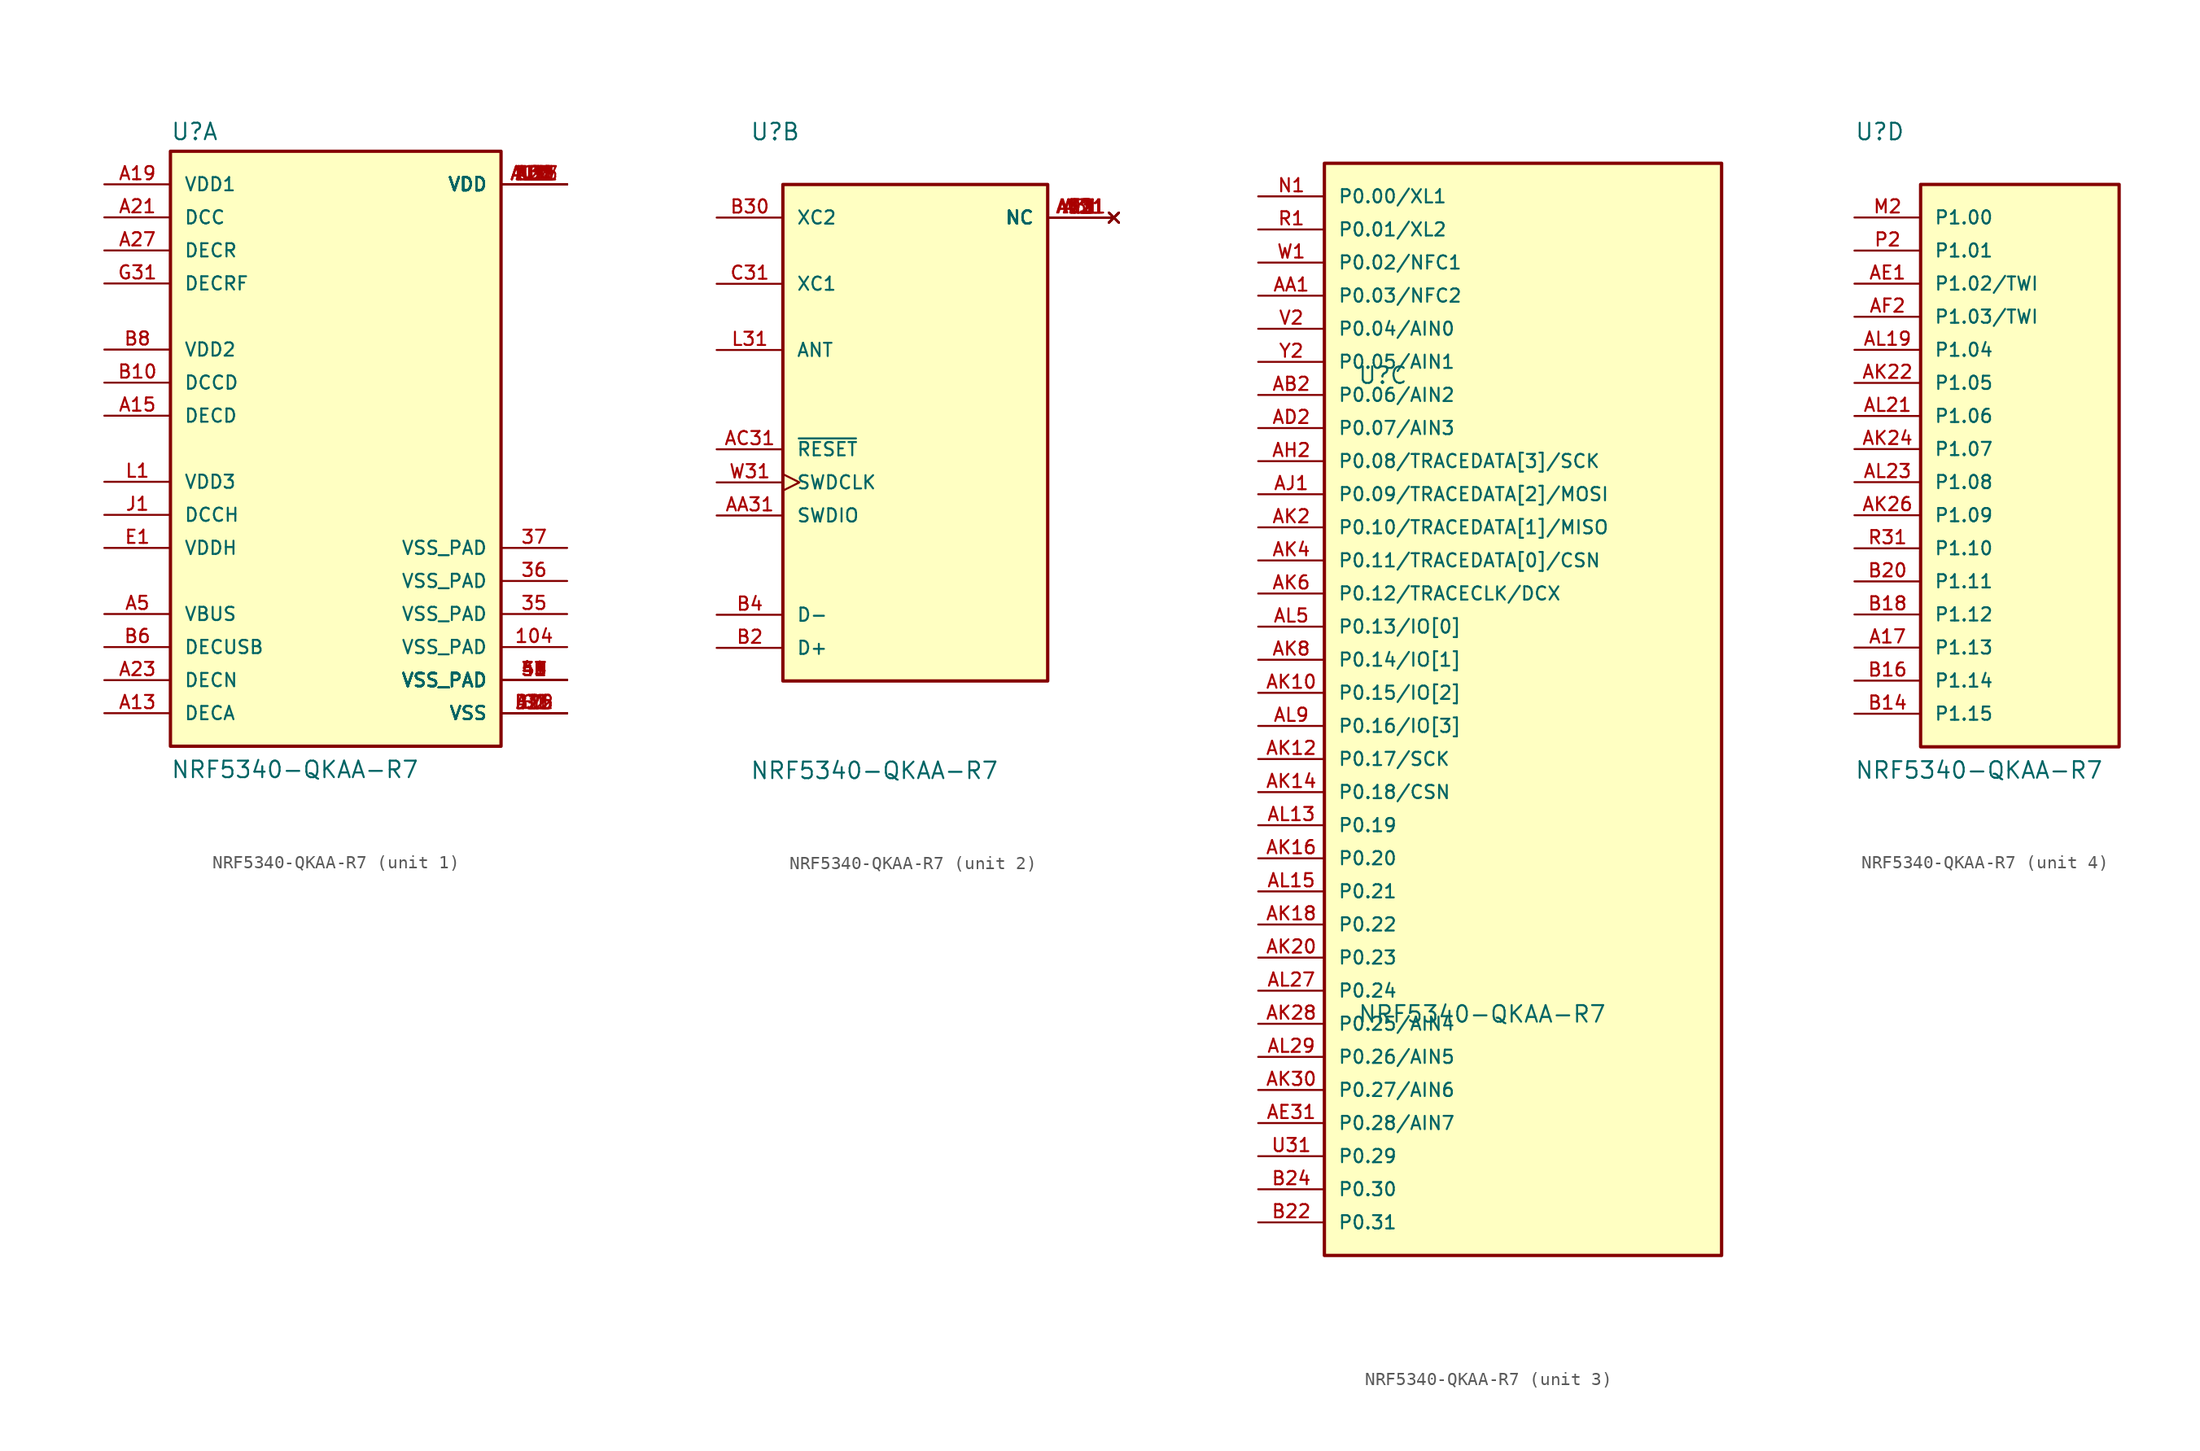
<source format=kicad_sym>
(kicad_symbol_lib
  (version 20231120)
  (generator "kicad_symbol_editor")
  (generator_version "8.0")
  (symbol "NRF5340-QKAA-R7"
    (pin_names
      (offset 1.016))
    (property "Reference" "U"
      (at -12.7 23.622 0)
      (effects (font (size 1.27 1.27)) (justify left bottom)))
    (property "Value" "NRF5340-QKAA-R7"
      (at -12.7 -25.4 0)
      (effects (font (size 1.27 1.27)) (justify left bottom)))
    (symbol "NRF5340-QKAA-R7_1_0"
      (rectangle (start -12.7 -22.86) (end 12.7 22.86) (stroke (width 0.254) (type default)) (fill (type background)))
      (pin power_in line (at 17.78 -15.24 180) (length 5.08) (name "VSS_PAD" (effects (font (size 1.016 1.016)))) (number "104" (effects (font (size 1.016 1.016)))))
      (pin power_in line (at 17.78 -12.7 180) (length 5.08) (name "VSS_PAD" (effects (font (size 1.016 1.016)))) (number "35" (effects (font (size 1.016 1.016)))))
      (pin power_in line (at 17.78 -10.16 180) (length 5.08) (name "VSS_PAD" (effects (font (size 1.016 1.016)))) (number "36" (effects (font (size 1.016 1.016)))))
      (pin power_in line (at 17.78 -7.62 180) (length 5.08) (name "VSS_PAD" (effects (font (size 1.016 1.016)))) (number "37" (effects (font (size 1.016 1.016)))))
      (pin power_in line (at 17.78 -17.78 180) (length 5.08) (name "VSS_PAD" (effects (font (size 1.016 1.016)))) (number "38" (effects (font (size 1.016 1.016)))))
      (pin power_in line (at 17.78 -17.78 180) (length 5.08) (name "VSS_PAD" (effects (font (size 1.016 1.016)))) (number "39" (effects (font (size 1.016 1.016)))))
      (pin power_in line (at 17.78 -17.78 180) (length 5.08) (name "VSS_PAD" (effects (font (size 1.016 1.016)))) (number "40" (effects (font (size 1.016 1.016)))))
      (pin power_in line (at 17.78 -17.78 180) (length 5.08) (name "VSS_PAD" (effects (font (size 1.016 1.016)))) (number "41" (effects (font (size 1.016 1.016)))))
      (pin power_in line (at 17.78 -17.78 180) (length 5.08) (name "VSS_PAD" (effects (font (size 1.016 1.016)))) (number "43" (effects (font (size 1.016 1.016)))))
      (pin power_in line (at 17.78 -17.78 180) (length 5.08) (name "VSS_PAD" (effects (font (size 1.016 1.016)))) (number "44" (effects (font (size 1.016 1.016)))))
      (pin power_in line (at 17.78 -17.78 180) (length 5.08) (name "VSS_PAD" (effects (font (size 1.016 1.016)))) (number "45" (effects (font (size 1.016 1.016)))))
      (pin power_in line (at 17.78 -17.78 180) (length 5.08) (name "VSS_PAD" (effects (font (size 1.016 1.016)))) (number "46" (effects (font (size 1.016 1.016)))))
      (pin power_in line (at 17.78 -17.78 180) (length 5.08) (name "VSS_PAD" (effects (font (size 1.016 1.016)))) (number "47" (effects (font (size 1.016 1.016)))))
      (pin power_in line (at 17.78 -17.78 180) (length 5.08) (name "VSS_PAD" (effects (font (size 1.016 1.016)))) (number "48" (effects (font (size 1.016 1.016)))))
      (pin power_in line (at 17.78 -17.78 180) (length 5.08) (name "VSS_PAD" (effects (font (size 1.016 1.016)))) (number "49" (effects (font (size 1.016 1.016)))))
      (pin power_in line (at 17.78 -17.78 180) (length 5.08) (name "VSS_PAD" (effects (font (size 1.016 1.016)))) (number "50" (effects (font (size 1.016 1.016)))))
      (pin power_in line (at 17.78 -17.78 180) (length 5.08) (name "VSS_PAD" (effects (font (size 1.016 1.016)))) (number "51" (effects (font (size 1.016 1.016)))))
      (pin power_in line (at -17.78 -20.32 0) (length 5.08) (name "DECA" (effects (font (size 1.016 1.016)))) (number "A13" (effects (font (size 1.016 1.016)))))
      (pin power_in line (at -17.78 2.54 0) (length 5.08) (name "DECD" (effects (font (size 1.016 1.016)))) (number "A15" (effects (font (size 1.016 1.016)))))
      (pin power_in line (at -17.78 20.32 0) (length 5.08) (name "VDD1" (effects (font (size 1.016 1.016)))) (number "A19" (effects (font (size 1.016 1.016)))))
      (pin power_in line (at -17.78 17.78 0) (length 5.08) (name "DCC" (effects (font (size 1.016 1.016)))) (number "A21" (effects (font (size 1.016 1.016)))))
      (pin power_in line (at -17.78 -17.78 0) (length 5.08) (name "DECN" (effects (font (size 1.016 1.016)))) (number "A23" (effects (font (size 1.016 1.016)))))
      (pin power_in line (at 17.78 -20.32 180) (length 5.08) (name "VSS" (effects (font (size 1.016 1.016)))) (number "A25" (effects (font (size 1.016 1.016)))))
      (pin power_in line (at -17.78 15.24 0) (length 5.08) (name "DECR" (effects (font (size 1.016 1.016)))) (number "A27" (effects (font (size 1.016 1.016)))))
      (pin power_in line (at -17.78 -12.7 0) (length 5.08) (name "VBUS" (effects (font (size 1.016 1.016)))) (number "A5" (effects (font (size 1.016 1.016)))))
      (pin power_in line (at 17.78 20.32 180) (length 5.08) (name "VDD" (effects (font (size 1.016 1.016)))) (number "AC1" (effects (font (size 1.016 1.016)))))
      (pin power_in line (at 17.78 20.32 180) (length 5.08) (name "VDD" (effects (font (size 1.016 1.016)))) (number "AG1" (effects (font (size 1.016 1.016)))))
      (pin power_in line (at 17.78 20.32 180) (length 5.08) (name "VDD" (effects (font (size 1.016 1.016)))) (number "AJ31" (effects (font (size 1.016 1.016)))))
      (pin power_in line (at 17.78 20.32 180) (length 5.08) (name "VDD" (effects (font (size 1.016 1.016)))) (number "AL11" (effects (font (size 1.016 1.016)))))
      (pin power_in line (at 17.78 20.32 180) (length 5.08) (name "VDD" (effects (font (size 1.016 1.016)))) (number "AL17" (effects (font (size 1.016 1.016)))))
      (pin power_in line (at 17.78 20.32 180) (length 5.08) (name "VDD" (effects (font (size 1.016 1.016)))) (number "AL25" (effects (font (size 1.016 1.016)))))
      (pin power_in line (at 17.78 20.32 180) (length 5.08) (name "VDD" (effects (font (size 1.016 1.016)))) (number "AL3" (effects (font (size 1.016 1.016)))))
      (pin power_in line (at 17.78 20.32 180) (length 5.08) (name "VDD" (effects (font (size 1.016 1.016)))) (number "AL7" (effects (font (size 1.016 1.016)))))
      (pin power_in line (at -17.78 5.08 0) (length 5.08) (name "DCCD" (effects (font (size 1.016 1.016)))) (number "B10" (effects (font (size 1.016 1.016)))))
      (pin power_in line (at 17.78 -20.32 180) (length 5.08) (name "VSS" (effects (font (size 1.016 1.016)))) (number "B12" (effects (font (size 1.016 1.016)))))
      (pin power_in line (at 17.78 -20.32 180) (length 5.08) (name "VSS" (effects (font (size 1.016 1.016)))) (number "B26" (effects (font (size 1.016 1.016)))))
      (pin power_in line (at 17.78 20.32 180) (length 5.08) (name "VDD" (effects (font (size 1.016 1.016)))) (number "B28" (effects (font (size 1.016 1.016)))))
      (pin power_in line (at -17.78 -15.24 0) (length 5.08) (name "DECUSB" (effects (font (size 1.016 1.016)))) (number "B6" (effects (font (size 1.016 1.016)))))
      (pin power_in line (at -17.78 7.62 0) (length 5.08) (name "VDD2" (effects (font (size 1.016 1.016)))) (number "B8" (effects (font (size 1.016 1.016)))))
      (pin power_in line (at 17.78 20.32 180) (length 5.08) (name "VDD" (effects (font (size 1.016 1.016)))) (number "C1" (effects (font (size 1.016 1.016)))))
      (pin power_in line (at -17.78 -7.62 0) (length 5.08) (name "VDDH" (effects (font (size 1.016 1.016)))) (number "E1" (effects (font (size 1.016 1.016)))))
      (pin power_in line (at 17.78 20.32 180) (length 5.08) (name "VDD" (effects (font (size 1.016 1.016)))) (number "E31" (effects (font (size 1.016 1.016)))))
      (pin power_in line (at 17.78 -20.32 180) (length 5.08) (name "VSS" (effects (font (size 1.016 1.016)))) (number "G1" (effects (font (size 1.016 1.016)))))
      (pin power_in line (at -17.78 12.7 0) (length 5.08) (name "DECRF" (effects (font (size 1.016 1.016)))) (number "G31" (effects (font (size 1.016 1.016)))))
      (pin power_in line (at 17.78 -20.32 180) (length 5.08) (name "VSS" (effects (font (size 1.016 1.016)))) (number "H2" (effects (font (size 1.016 1.016)))))
      (pin power_in line (at -17.78 -5.08 0) (length 5.08) (name "DCCH" (effects (font (size 1.016 1.016)))) (number "J1" (effects (font (size 1.016 1.016)))))
      (pin power_in line (at 17.78 -20.32 180) (length 5.08) (name "VSS" (effects (font (size 1.016 1.016)))) (number "J31" (effects (font (size 1.016 1.016)))))
      (pin power_in line (at -17.78 -2.54 0) (length 5.08) (name "VDD3" (effects (font (size 1.016 1.016)))) (number "L1" (effects (font (size 1.016 1.016)))))
      (pin power_in line (at 17.78 20.32 180) (length 5.08) (name "VDD" (effects (font (size 1.016 1.016)))) (number "N31" (effects (font (size 1.016 1.016)))))
      (pin power_in line (at 17.78 20.32 180) (length 5.08) (name "VDD" (effects (font (size 1.016 1.016)))) (number "U1" (effects (font (size 1.016 1.016))))))
    (symbol "NRF5340-QKAA-R7_2_0"
      (rectangle (start -10.16 -17.78) (end 10.16 20.32) (stroke (width 0.254) (type default)) (fill (type background)))
      (pin no_connect line (at 15.24 17.78 180) (length 5.08) (name "NC" (effects (font (size 1.016 1.016)))) (number "A1" (effects (font (size 1.016 1.016)))))
      (pin no_connect line (at 15.24 17.78 180) (length 5.08) (name "NC" (effects (font (size 1.016 1.016)))) (number "A31" (effects (font (size 1.016 1.016)))))
      (pin bidirectional line (at -15.24 -5.08 0) (length 5.08) (name "SWDIO" (effects (font (size 1.016 1.016)))) (number "AA31" (effects (font (size 1.016 1.016)))))
      (pin input line (at -15.24 0 0) (length 5.08) (name "~{RESET}" (effects (font (size 1.016 1.016)))) (number "AC31" (effects (font (size 1.016 1.016)))))
      (pin no_connect line (at 15.24 17.78 180) (length 5.08) (name "NC" (effects (font (size 1.016 1.016)))) (number "AG31" (effects (font (size 1.016 1.016)))))
      (pin no_connect line (at 15.24 17.78 180) (length 5.08) (name "NC" (effects (font (size 1.016 1.016)))) (number "AL1" (effects (font (size 1.016 1.016)))))
      (pin no_connect line (at 15.24 17.78 180) (length 5.08) (name "NC" (effects (font (size 1.016 1.016)))) (number "AL31" (effects (font (size 1.016 1.016)))))
      (pin bidirectional line (at -15.24 -15.24 0) (length 5.08) (name "D+" (effects (font (size 1.016 1.016)))) (number "B2" (effects (font (size 1.016 1.016)))))
      (pin output line (at -15.24 17.78 0) (length 5.08) (name "XC2" (effects (font (size 1.016 1.016)))) (number "B30" (effects (font (size 1.016 1.016)))))
      (pin bidirectional line (at -15.24 -12.7 0) (length 5.08) (name "D-" (effects (font (size 1.016 1.016)))) (number "B4" (effects (font (size 1.016 1.016)))))
      (pin input line (at -15.24 12.7 0) (length 5.08) (name "XC1" (effects (font (size 1.016 1.016)))) (number "C31" (effects (font (size 1.016 1.016)))))
      (pin no_connect line (at 15.24 17.78 180) (length 5.08) (name "NC" (effects (font (size 1.016 1.016)))) (number "D2" (effects (font (size 1.016 1.016)))))
      (pin no_connect line (at 15.24 17.78 180) (length 5.08) (name "NC" (effects (font (size 1.016 1.016)))) (number "F2" (effects (font (size 1.016 1.016)))))
      (pin no_connect line (at 15.24 17.78 180) (length 5.08) (name "NC" (effects (font (size 1.016 1.016)))) (number "K2" (effects (font (size 1.016 1.016)))))
      (pin bidirectional line (at -15.24 7.62 0) (length 5.08) (name "ANT" (effects (font (size 1.016 1.016)))) (number "L31" (effects (font (size 1.016 1.016)))))
      (pin no_connect line (at 15.24 17.78 180) (length 5.08) (name "NC" (effects (font (size 1.016 1.016)))) (number "T2" (effects (font (size 1.016 1.016)))))
      (pin input clock (at -15.24 -2.54 0) (length 5.08) (name "SWDCLK" (effects (font (size 1.016 1.016)))) (number "W31" (effects (font (size 1.016 1.016))))))
    (symbol "NRF5340-QKAA-R7_3_0"
      (rectangle (start -15.24 -43.18) (end 15.24 40.64) (stroke (width 0.254) (type default)) (fill (type background)))
      (pin bidirectional line (at -20.32 30.48 0) (length 5.08) (name "P0.03/NFC2" (effects (font (size 1.016 1.016)))) (number "AA1" (effects (font (size 1.016 1.016)))))
      (pin bidirectional line (at -20.32 22.86 0) (length 5.08) (name "P0.06/AIN2" (effects (font (size 1.016 1.016)))) (number "AB2" (effects (font (size 1.016 1.016)))))
      (pin bidirectional line (at -20.32 20.32 0) (length 5.08) (name "P0.07/AIN3" (effects (font (size 1.016 1.016)))) (number "AD2" (effects (font (size 1.016 1.016)))))
      (pin bidirectional line (at -20.32 -33.02 0) (length 5.08) (name "P0.28/AIN7" (effects (font (size 1.016 1.016)))) (number "AE31" (effects (font (size 1.016 1.016)))))
      (pin bidirectional line (at -20.32 17.78 0) (length 5.08) (name "P0.08/TRACEDATA[3]/SCK" (effects (font (size 1.016 1.016)))) (number "AH2" (effects (font (size 1.016 1.016)))))
      (pin bidirectional line (at -20.32 15.24 0) (length 5.08) (name "P0.09/TRACEDATA[2]/MOSI" (effects (font (size 1.016 1.016)))) (number "AJ1" (effects (font (size 1.016 1.016)))))
      (pin bidirectional line (at -20.32 0 0) (length 5.08) (name "P0.15/IO[2]" (effects (font (size 1.016 1.016)))) (number "AK10" (effects (font (size 1.016 1.016)))))
      (pin bidirectional line (at -20.32 -5.08 0) (length 5.08) (name "P0.17/SCK" (effects (font (size 1.016 1.016)))) (number "AK12" (effects (font (size 1.016 1.016)))))
      (pin bidirectional line (at -20.32 -7.62 0) (length 5.08) (name "P0.18/CSN" (effects (font (size 1.016 1.016)))) (number "AK14" (effects (font (size 1.016 1.016)))))
      (pin bidirectional line (at -20.32 -12.7 0) (length 5.08) (name "P0.20" (effects (font (size 1.016 1.016)))) (number "AK16" (effects (font (size 1.016 1.016)))))
      (pin bidirectional line (at -20.32 -17.78 0) (length 5.08) (name "P0.22" (effects (font (size 1.016 1.016)))) (number "AK18" (effects (font (size 1.016 1.016)))))
      (pin bidirectional line (at -20.32 12.7 0) (length 5.08) (name "P0.10/TRACEDATA[1]/MISO" (effects (font (size 1.016 1.016)))) (number "AK2" (effects (font (size 1.016 1.016)))))
      (pin bidirectional line (at -20.32 -20.32 0) (length 5.08) (name "P0.23" (effects (font (size 1.016 1.016)))) (number "AK20" (effects (font (size 1.016 1.016)))))
      (pin bidirectional line (at -20.32 -25.4 0) (length 5.08) (name "P0.25/AIN4" (effects (font (size 1.016 1.016)))) (number "AK28" (effects (font (size 1.016 1.016)))))
      (pin bidirectional line (at -20.32 -30.48 0) (length 5.08) (name "P0.27/AIN6" (effects (font (size 1.016 1.016)))) (number "AK30" (effects (font (size 1.016 1.016)))))
      (pin bidirectional line (at -20.32 10.16 0) (length 5.08) (name "P0.11/TRACEDATA[0]/CSN" (effects (font (size 1.016 1.016)))) (number "AK4" (effects (font (size 1.016 1.016)))))
      (pin bidirectional line (at -20.32 7.62 0) (length 5.08) (name "P0.12/TRACECLK/DCX" (effects (font (size 1.016 1.016)))) (number "AK6" (effects (font (size 1.016 1.016)))))
      (pin bidirectional line (at -20.32 2.54 0) (length 5.08) (name "P0.14/IO[1]" (effects (font (size 1.016 1.016)))) (number "AK8" (effects (font (size 1.016 1.016)))))
      (pin bidirectional line (at -20.32 -10.16 0) (length 5.08) (name "P0.19" (effects (font (size 1.016 1.016)))) (number "AL13" (effects (font (size 1.016 1.016)))))
      (pin bidirectional line (at -20.32 -15.24 0) (length 5.08) (name "P0.21" (effects (font (size 1.016 1.016)))) (number "AL15" (effects (font (size 1.016 1.016)))))
      (pin bidirectional line (at -20.32 -22.86 0) (length 5.08) (name "P0.24" (effects (font (size 1.016 1.016)))) (number "AL27" (effects (font (size 1.016 1.016)))))
      (pin bidirectional line (at -20.32 -27.94 0) (length 5.08) (name "P0.26/AIN5" (effects (font (size 1.016 1.016)))) (number "AL29" (effects (font (size 1.016 1.016)))))
      (pin bidirectional line (at -20.32 5.08 0) (length 5.08) (name "P0.13/IO[0]" (effects (font (size 1.016 1.016)))) (number "AL5" (effects (font (size 1.016 1.016)))))
      (pin bidirectional line (at -20.32 -2.54 0) (length 5.08) (name "P0.16/IO[3]" (effects (font (size 1.016 1.016)))) (number "AL9" (effects (font (size 1.016 1.016)))))
      (pin bidirectional line (at -20.32 -40.64 0) (length 5.08) (name "P0.31" (effects (font (size 1.016 1.016)))) (number "B22" (effects (font (size 1.016 1.016)))))
      (pin bidirectional line (at -20.32 -38.1 0) (length 5.08) (name "P0.30" (effects (font (size 1.016 1.016)))) (number "B24" (effects (font (size 1.016 1.016)))))
      (pin bidirectional line (at -20.32 38.1 0) (length 5.08) (name "P0.00/XL1" (effects (font (size 1.016 1.016)))) (number "N1" (effects (font (size 1.016 1.016)))))
      (pin bidirectional line (at -20.32 35.56 0) (length 5.08) (name "P0.01/XL2" (effects (font (size 1.016 1.016)))) (number "R1" (effects (font (size 1.016 1.016)))))
      (pin bidirectional line (at -20.32 -35.56 0) (length 5.08) (name "P0.29" (effects (font (size 1.016 1.016)))) (number "U31" (effects (font (size 1.016 1.016)))))
      (pin bidirectional line (at -20.32 27.94 0) (length 5.08) (name "P0.04/AIN0" (effects (font (size 1.016 1.016)))) (number "V2" (effects (font (size 1.016 1.016)))))
      (pin bidirectional line (at -20.32 33.02 0) (length 5.08) (name "P0.02/NFC1" (effects (font (size 1.016 1.016)))) (number "W1" (effects (font (size 1.016 1.016)))))
      (pin bidirectional line (at -20.32 25.4 0) (length 5.08) (name "P0.05/AIN1" (effects (font (size 1.016 1.016)))) (number "Y2" (effects (font (size 1.016 1.016))))))
    (symbol "NRF5340-QKAA-R7_4_0"
      (rectangle (start -7.62 -22.86) (end 7.62 20.32) (stroke (width 0.254) (type default)) (fill (type background)))
      (pin bidirectional line (at -12.7 -15.24 0) (length 5.08) (name "P1.13" (effects (font (size 1.016 1.016)))) (number "A17" (effects (font (size 1.016 1.016)))))
      (pin bidirectional line (at -12.7 12.7 0) (length 5.08) (name "P1.02/TWI" (effects (font (size 1.016 1.016)))) (number "AE1" (effects (font (size 1.016 1.016)))))
      (pin bidirectional line (at -12.7 10.16 0) (length 5.08) (name "P1.03/TWI" (effects (font (size 1.016 1.016)))) (number "AF2" (effects (font (size 1.016 1.016)))))
      (pin bidirectional line (at -12.7 5.08 0) (length 5.08) (name "P1.05" (effects (font (size 1.016 1.016)))) (number "AK22" (effects (font (size 1.016 1.016)))))
      (pin bidirectional line (at -12.7 0 0) (length 5.08) (name "P1.07" (effects (font (size 1.016 1.016)))) (number "AK24" (effects (font (size 1.016 1.016)))))
      (pin bidirectional line (at -12.7 -5.08 0) (length 5.08) (name "P1.09" (effects (font (size 1.016 1.016)))) (number "AK26" (effects (font (size 1.016 1.016)))))
      (pin bidirectional line (at -12.7 7.62 0) (length 5.08) (name "P1.04" (effects (font (size 1.016 1.016)))) (number "AL19" (effects (font (size 1.016 1.016)))))
      (pin bidirectional line (at -12.7 2.54 0) (length 5.08) (name "P1.06" (effects (font (size 1.016 1.016)))) (number "AL21" (effects (font (size 1.016 1.016)))))
      (pin bidirectional line (at -12.7 -2.54 0) (length 5.08) (name "P1.08" (effects (font (size 1.016 1.016)))) (number "AL23" (effects (font (size 1.016 1.016)))))
      (pin bidirectional line (at -12.7 -20.32 0) (length 5.08) (name "P1.15" (effects (font (size 1.016 1.016)))) (number "B14" (effects (font (size 1.016 1.016)))))
      (pin bidirectional line (at -12.7 -17.78 0) (length 5.08) (name "P1.14" (effects (font (size 1.016 1.016)))) (number "B16" (effects (font (size 1.016 1.016)))))
      (pin bidirectional line (at -12.7 -12.7 0) (length 5.08) (name "P1.12" (effects (font (size 1.016 1.016)))) (number "B18" (effects (font (size 1.016 1.016)))))
      (pin bidirectional line (at -12.7 -10.16 0) (length 5.08) (name "P1.11" (effects (font (size 1.016 1.016)))) (number "B20" (effects (font (size 1.016 1.016)))))
      (pin bidirectional line (at -12.7 17.78 0) (length 5.08) (name "P1.00" (effects (font (size 1.016 1.016)))) (number "M2" (effects (font (size 1.016 1.016)))))
      (pin bidirectional line (at -12.7 15.24 0) (length 5.08) (name "P1.01" (effects (font (size 1.016 1.016)))) (number "P2" (effects (font (size 1.016 1.016)))))
      (pin bidirectional line (at -12.7 -7.62 0) (length 5.08) (name "P1.10" (effects (font (size 1.016 1.016)))) (number "R31" (effects (font (size 1.016 1.016))))))))
</source>
